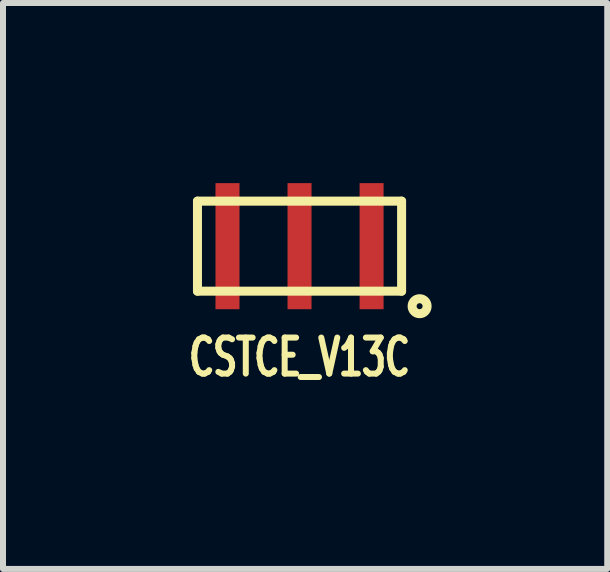
<source format=kicad_pcb>
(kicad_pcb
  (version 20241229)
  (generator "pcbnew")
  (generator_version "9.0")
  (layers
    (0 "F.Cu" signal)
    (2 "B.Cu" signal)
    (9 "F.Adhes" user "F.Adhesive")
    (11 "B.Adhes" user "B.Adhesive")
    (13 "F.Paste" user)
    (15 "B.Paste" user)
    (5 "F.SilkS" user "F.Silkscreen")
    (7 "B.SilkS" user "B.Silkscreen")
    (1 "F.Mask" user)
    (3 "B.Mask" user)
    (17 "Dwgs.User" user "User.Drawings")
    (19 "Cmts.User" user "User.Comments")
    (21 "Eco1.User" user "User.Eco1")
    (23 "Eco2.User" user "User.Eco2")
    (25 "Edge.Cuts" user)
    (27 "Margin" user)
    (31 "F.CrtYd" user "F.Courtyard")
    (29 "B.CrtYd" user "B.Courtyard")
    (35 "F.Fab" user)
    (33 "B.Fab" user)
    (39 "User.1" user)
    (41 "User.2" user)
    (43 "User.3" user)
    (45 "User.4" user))
  (footprint "CSTCE_V13C"
    (layer "F.Cu")
    (at 1.939 1.05)
    (property "Reference" "CSTCE_V13C" (at 0 1.85 0) (layer "F.SilkS") (effects (font (size 0.6 0.4) (thickness 0.1))))
    (attr through_hole)
    (fp_line (start -1.7 -0.75) (end 1.7 -0.75) (stroke (width 0.15) (type solid)) (layer "F.SilkS"))
    (fp_line (start -1.7 0.75) (end -1.7 -0.75) (stroke (width 0.15) (type solid)) (layer "F.SilkS"))
    (fp_line (start 1.7 -0.75) (end 1.7 0.75) (stroke (width 0.15) (type solid)) (layer "F.SilkS"))
    (fp_line (start 1.7 0.75) (end -1.7 0.75) (stroke (width 0.15) (type solid)) (layer "F.SilkS"))
    (fp_circle (center 2 1) (end 2 1.05) (stroke (width 0.15) (type solid)) (fill no) (layer "F.SilkS"))
    (pad "1" smd rect (at 1.2 0) (size 0.4 2.1) (layers "F.Cu" "F.Mask" "F.Paste"))
    (pad "2" smd rect (at 0 0) (size 0.4 2.1) (layers "F.Cu" "F.Mask" "F.Paste"))
    (pad "3" smd rect (at -1.2 0) (size 0.4 2.1) (layers "F.Cu" "F.Mask" "F.Paste")))
  (gr_rect
    (start -3 -3)
    (end 7.064 6.426)
    (stroke (width 0.1) (type default))
    (fill no)
    (layer "Edge.Cuts")))
</source>
